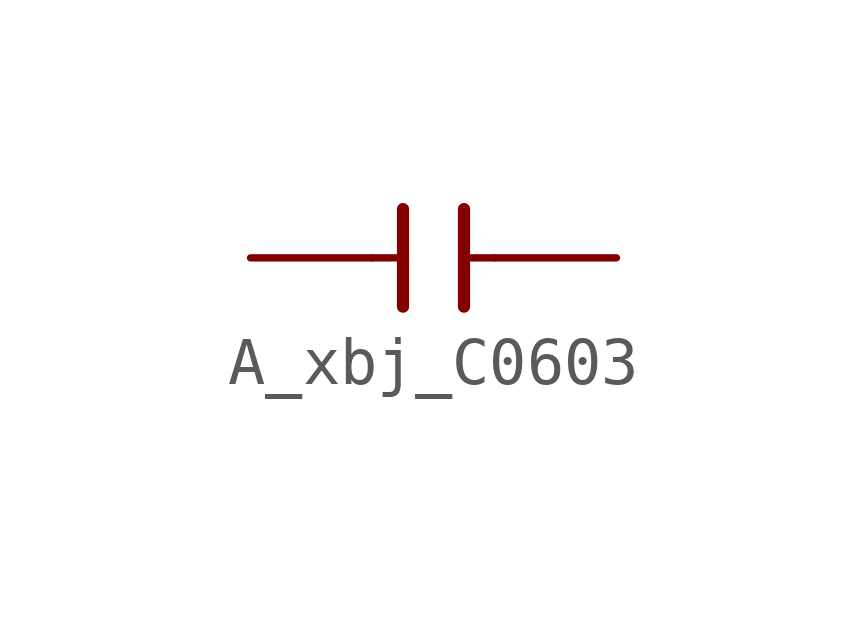
<source format=kicad_sym>
(kicad_symbol_lib
  (version 20231120)
  (generator "kicad_symbol_editor")
  (generator_version "8.0")
  (symbol "A_xbj_C0603"
    (property "Reference" "C"
      (at -3.81 2.54 0)
      (effects (font (size 1.27 1.079)) (justify left bottom) (hide yes)))
    (property "ki_locked" ""
      (at 0 0 0)
      (effects (font (size 1.27 1.27))))
    (symbol "A_xbj_C0603_1_0"
      (polyline (pts (xy -1.27 0) (xy -0.635 0)) (stroke (width 0.152) (type solid)) (fill (type none)))
      (polyline (pts (xy -0.635 -1.016) (xy -0.635 0)) (stroke (width 0.254) (type solid)) (fill (type none)))
      (polyline (pts (xy -0.635 0) (xy -0.635 1.016)) (stroke (width 0.254) (type solid)) (fill (type none)))
      (polyline (pts (xy 0.635 0) (xy 0.635 -1.016)) (stroke (width 0.254) (type solid)) (fill (type none)))
      (polyline (pts (xy 0.635 0) (xy 1.27 0)) (stroke (width 0.152) (type solid)) (fill (type none)))
      (polyline (pts (xy 0.635 1.016) (xy 0.635 0)) (stroke (width 0.254) (type solid)) (fill (type none)))
      (pin passive line (at -3.81 0 0) (length 2.54) (name "1" (effects (font (size 0 0)))) (number "1" (effects (font (size 0 0)))))
      (pin passive line (at 3.81 0 180) (length 2.54) (name "2" (effects (font (size 0 0)))) (number "2" (effects (font (size 0 0))))))))
</source>
